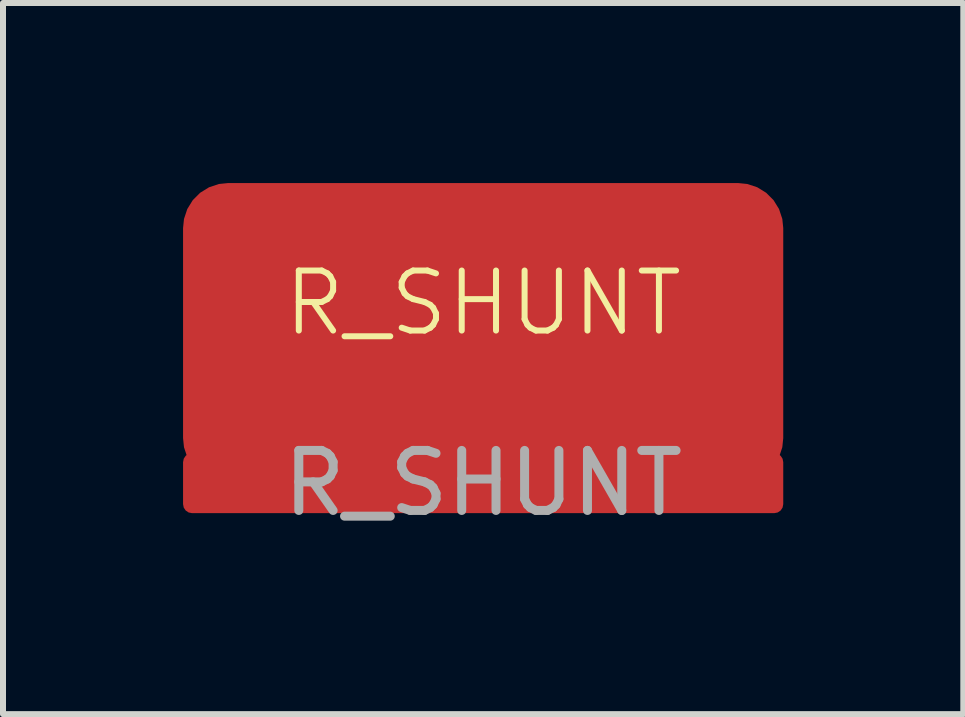
<source format=kicad_pcb>
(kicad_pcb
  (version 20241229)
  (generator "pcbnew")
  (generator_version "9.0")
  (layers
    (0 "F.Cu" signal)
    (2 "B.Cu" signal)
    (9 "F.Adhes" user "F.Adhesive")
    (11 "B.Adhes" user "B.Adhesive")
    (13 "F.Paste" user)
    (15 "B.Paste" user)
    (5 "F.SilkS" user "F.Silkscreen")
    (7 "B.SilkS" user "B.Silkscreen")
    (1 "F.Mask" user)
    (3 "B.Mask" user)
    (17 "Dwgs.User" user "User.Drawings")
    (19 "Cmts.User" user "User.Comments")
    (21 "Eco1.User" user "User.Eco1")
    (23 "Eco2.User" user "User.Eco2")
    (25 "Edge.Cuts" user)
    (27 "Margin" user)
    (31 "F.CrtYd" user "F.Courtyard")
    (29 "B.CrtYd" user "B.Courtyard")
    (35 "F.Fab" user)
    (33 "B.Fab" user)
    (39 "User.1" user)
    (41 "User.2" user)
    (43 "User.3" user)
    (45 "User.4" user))
  (footprint "R_SHUNT"
    (layer "F.Cu")
    (at 5 2.5)
    (property "Reference" "R_SHUNT" (at 0 -0.5 0) (unlocked yes) (layer "F.SilkS") (effects (font (size 1 1) (thickness 0.1))))
    (attr smd)
    (fp_text user "${REFERENCE}" (at 0 2.5 0) (unlocked yes) (layer "F.Fab") (effects (font (size 1 1) (thickness 0.15))))
    (pad "1" smd roundrect (at 0 0) (size 10 5) (layers "F.Cu") (roundrect_rratio 0.15))
    (pad "2" smd roundrect (at 0 2.5) (size 10 1) (layers "F.Cu") (roundrect_rratio 0.15)))
  (gr_rect
    (start -3 -3)
    (end 13 8.848)
    (stroke (width 0.1) (type default))
    (fill no)
    (layer "Edge.Cuts")))
</source>
